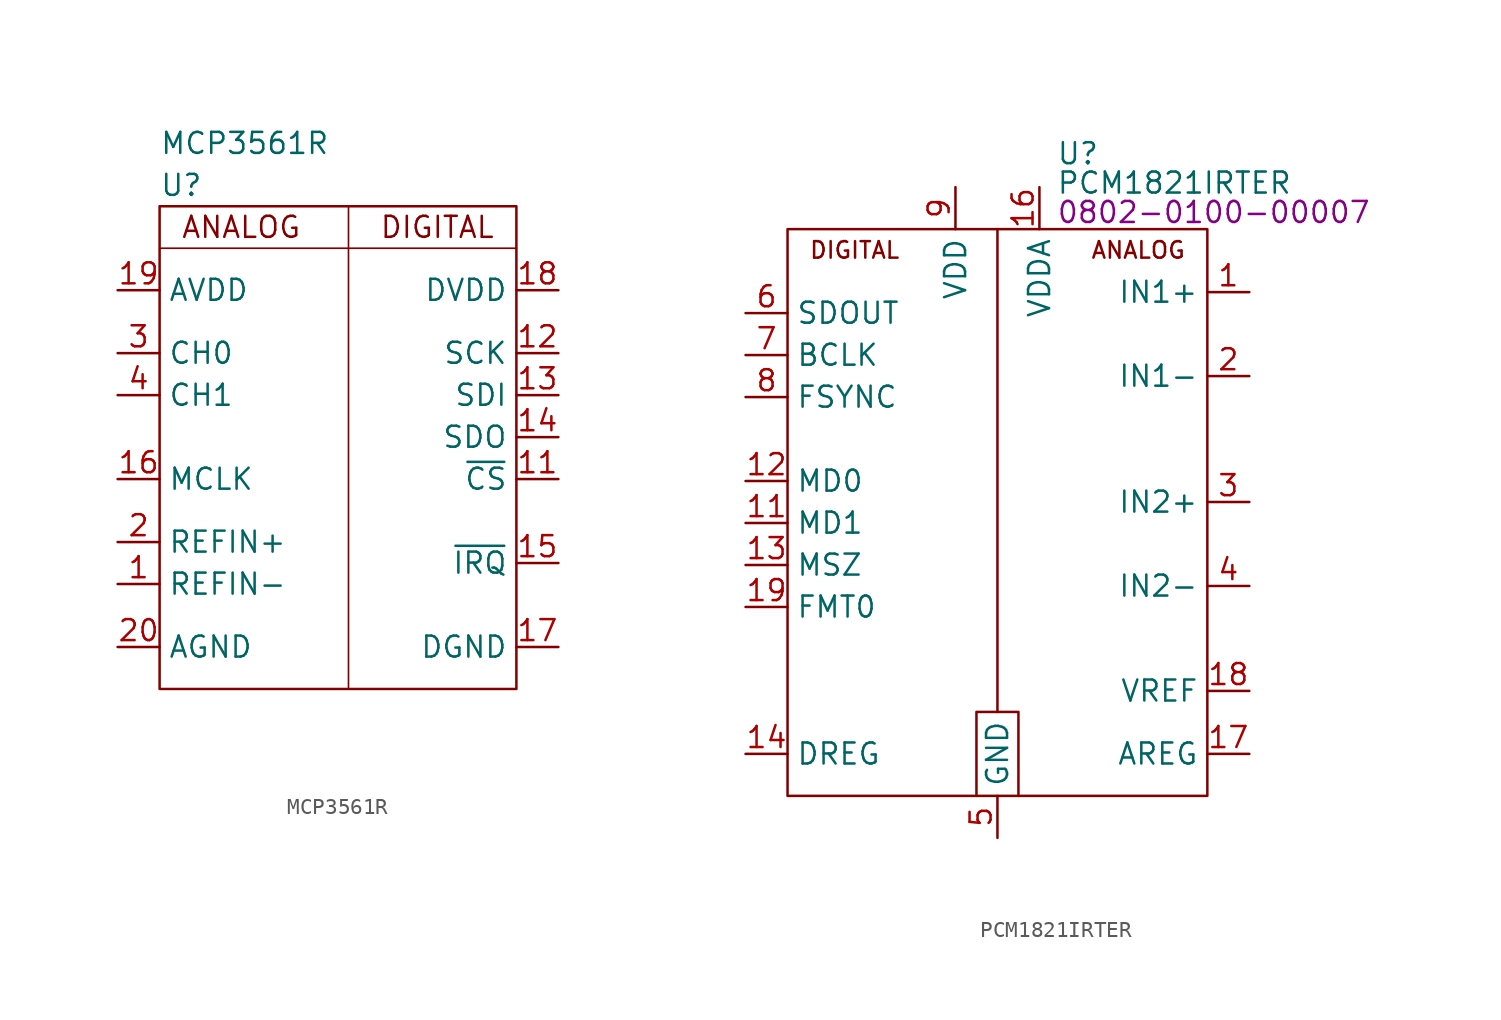
<source format=kicad_sym>
(kicad_symbol_lib
  (version 20231120)
  (generator "kicad_symbol_editor")
  (generator_version "8.0")
  (symbol "MCP3561R"
    (property "Reference" "U"
      (at 0 3.81 0)
      (effects (font (size 1.27 1.27)) (justify left)))
    (property "Value" "MCP3561R"
      (at 0 6.35 0)
      (effects (font (size 1.27 1.27)) (justify left)))
    (symbol "MCP3561R_0_0"
      (text "ANALOG" (at 1.27 1.27 0) (effects (font (size 1.27 1.27)) (justify left)))
      (text "DIGITAL" (at 20.32 1.27 0) (effects (font (size 1.27 1.27)) (justify right)))
      (pin input line (at -2.54 -20.32 0) (length 2.54) (name "REFIN-" (effects (font (size 1.27 1.27)))) (number "1" (effects (font (size 1.27 1.27)))))
      (pin no_connect line (at 11.43 -29.21 0) (length 2.54) hide (name "NC" (effects (font (size 1.27 1.27)))) (number "10" (effects (font (size 1.27 1.27)))))
      (pin input line (at 24.13 -13.97 180) (length 2.54) (name "~{CS}" (effects (font (size 1.27 1.27)))) (number "11" (effects (font (size 1.27 1.27)))))
      (pin input line (at 24.13 -6.35 180) (length 2.54) (name "SCK" (effects (font (size 1.27 1.27)))) (number "12" (effects (font (size 1.27 1.27)))))
      (pin input line (at 24.13 -8.89 180) (length 2.54) (name "SDI" (effects (font (size 1.27 1.27)))) (number "13" (effects (font (size 1.27 1.27)))))
      (pin output line (at 24.13 -11.43 180) (length 2.54) (name "SDO" (effects (font (size 1.27 1.27)))) (number "14" (effects (font (size 1.27 1.27)))))
      (pin output line (at 24.13 -19.05 180) (length 2.54) (name "~{IRQ}" (effects (font (size 1.27 1.27)))) (number "15" (effects (font (size 1.27 1.27)))) (alternate "MDAT" output line))
      (pin input line (at -2.54 -13.97 0) (length 2.54) (name "MCLK" (effects (font (size 1.27 1.27)))) (number "16" (effects (font (size 1.27 1.27)))) (alternate "ACLK-OUT" output line))
      (pin power_in line (at 24.13 -24.13 180) (length 2.54) (name "DGND" (effects (font (size 1.27 1.27)))) (number "17" (effects (font (size 1.27 1.27)))))
      (pin power_in line (at 24.13 -2.54 180) (length 2.54) (name "DVDD" (effects (font (size 1.27 1.27)))) (number "18" (effects (font (size 1.27 1.27)))))
      (pin power_in line (at -2.54 -2.54 0) (length 2.54) (name "AVDD" (effects (font (size 1.27 1.27)))) (number "19" (effects (font (size 1.27 1.27)))))
      (pin input line (at -2.54 -17.78 0) (length 2.54) (name "REFIN+" (effects (font (size 1.27 1.27)))) (number "2" (effects (font (size 1.27 1.27)))) (alternate "REFOUT" output line))
      (pin power_in line (at -2.54 -24.13 0) (length 2.54) (name "AGND" (effects (font (size 1.27 1.27)))) (number "20" (effects (font (size 1.27 1.27)))))
      (pin power_in line (at -2.54 -24.13 0) (length 2.54) hide (name "AGND" (effects (font (size 1.27 1.27)))) (number "21" (effects (font (size 1.27 1.27)))))
      (pin input line (at -2.54 -6.35 0) (length 2.54) (name "CH0" (effects (font (size 1.27 1.27)))) (number "3" (effects (font (size 1.27 1.27)))) (alternate "CH-" input line))
      (pin input line (at -2.54 -8.89 0) (length 2.54) (name "CH1" (effects (font (size 1.27 1.27)))) (number "4" (effects (font (size 1.27 1.27)))) (alternate "CH+" input line))
      (pin no_connect line (at 11.43 -29.21 0) (length 2.54) hide (name "NC" (effects (font (size 1.27 1.27)))) (number "5" (effects (font (size 1.27 1.27)))))
      (pin no_connect line (at 11.43 -29.21 0) (length 2.54) hide (name "NC" (effects (font (size 1.27 1.27)))) (number "6" (effects (font (size 1.27 1.27)))))
      (pin no_connect line (at 11.43 -29.21 0) (length 2.54) hide (name "NC" (effects (font (size 1.27 1.27)))) (number "7" (effects (font (size 1.27 1.27)))))
      (pin no_connect line (at 11.43 -29.21 0) (length 2.54) hide (name "NC" (effects (font (size 1.27 1.27)))) (number "8" (effects (font (size 1.27 1.27)))))
      (pin no_connect line (at 11.43 -29.21 0) (length 2.54) hide (name "NC" (effects (font (size 1.27 1.27)))) (number "9" (effects (font (size 1.27 1.27))))))
    (symbol "MCP3561R_0_1"
      (polyline (pts (xy 0 0) (xy 21.59 0)) (stroke (width 0.1) (type default)) (fill (type none)))
      (polyline (pts (xy 11.43 2.54) (xy 11.43 -26.67)) (stroke (width 0.1) (type default)) (fill (type none)))
      (rectangle (start 0 2.54) (end 21.59 -26.67) (stroke (width 0) (type default)) (fill (type none)))))
  (symbol "PCM1821IRTER"
    (property "Reference" "U"
      (at 16.256 4.572 0)
      (effects (font (size 1.27 1.27)) (justify left)))
    (property "Value" "PCM1821IRTER"
      (at 16.256 2.794 0)
      (effects (font (size 1.27 1.27)) (justify left)))
    (property "PartNumber" "0802-0100-00007"
      (at 16.256 1.016 0)
      (effects (font (size 1.27 1.27)) (justify left)))
    (symbol "PCM1821IRTER_0_0"
      (pin input line (at 27.94 -3.81 180) (length 2.54) (name "IN1+" (effects (font (size 1.27 1.27)))) (number "1" (effects (font (size 1.27 1.27)))))
      (pin power_in line (at 12.7 -36.83 90) (length 2.54) hide (name "GND" (effects (font (size 1.27 1.27)))) (number "10" (effects (font (size 1.27 1.27)))))
      (pin input line (at -2.54 -17.78 0) (length 2.54) (name "MD1" (effects (font (size 1.27 1.27)))) (number "11" (effects (font (size 1.27 1.27)))))
      (pin input line (at -2.54 -15.24 0) (length 2.54) (name "MD0" (effects (font (size 1.27 1.27)))) (number "12" (effects (font (size 1.27 1.27)))))
      (pin input line (at -2.54 -20.32 0) (length 2.54) (name "MSZ" (effects (font (size 1.27 1.27)))) (number "13" (effects (font (size 1.27 1.27)))))
      (pin power_out line (at -2.54 -31.75 0) (length 2.54) (name "DREG" (effects (font (size 1.27 1.27)))) (number "14" (effects (font (size 1.27 1.27)))))
      (pin power_in line (at 12.7 -36.83 90) (length 2.54) hide (name "GND" (effects (font (size 1.27 1.27)))) (number "15" (effects (font (size 1.27 1.27)))))
      (pin power_in line (at 15.24 2.54 270) (length 2.54) (name "VDDA" (effects (font (size 1.27 1.27)))) (number "16" (effects (font (size 1.27 1.27)))))
      (pin power_out line (at 27.94 -31.75 180) (length 2.54) (name "AREG" (effects (font (size 1.27 1.27)))) (number "17" (effects (font (size 1.27 1.27)))))
      (pin input line (at 27.94 -27.94 180) (length 2.54) (name "VREF" (effects (font (size 1.27 1.27)))) (number "18" (effects (font (size 1.27 1.27)))))
      (pin input line (at -2.54 -22.86 0) (length 2.54) (name "FMT0" (effects (font (size 1.27 1.27)))) (number "19" (effects (font (size 1.27 1.27)))))
      (pin input line (at 27.94 -8.89 180) (length 2.54) (name "IN1-" (effects (font (size 1.27 1.27)))) (number "2" (effects (font (size 1.27 1.27)))))
      (pin power_in line (at 12.7 -36.83 90) (length 2.54) hide (name "GND" (effects (font (size 1.27 1.27)))) (number "20" (effects (font (size 1.27 1.27)))))
      (pin power_in line (at 12.7 -36.83 90) (length 2.54) hide (name "GND" (effects (font (size 1.27 1.27)))) (number "21" (effects (font (size 1.27 1.27)))))
      (pin input line (at 27.94 -16.51 180) (length 2.54) (name "IN2+" (effects (font (size 1.27 1.27)))) (number "3" (effects (font (size 1.27 1.27)))))
      (pin input line (at 27.94 -21.59 180) (length 2.54) (name "IN2-" (effects (font (size 1.27 1.27)))) (number "4" (effects (font (size 1.27 1.27)))))
      (pin power_in line (at 12.7 -36.83 90) (length 2.54) (name "GND" (effects (font (size 1.27 1.27)))) (number "5" (effects (font (size 1.27 1.27)))))
      (pin output line (at -2.54 -5.08 0) (length 2.54) (name "SDOUT" (effects (font (size 1.27 1.27)))) (number "6" (effects (font (size 1.27 1.27)))))
      (pin bidirectional line (at -2.54 -7.62 0) (length 2.54) (name "BCLK" (effects (font (size 1.27 1.27)))) (number "7" (effects (font (size 1.27 1.27)))))
      (pin bidirectional line (at -2.54 -10.16 0) (length 2.54) (name "FSYNC" (effects (font (size 1.27 1.27)))) (number "8" (effects (font (size 1.27 1.27)))))
      (pin power_in line (at 10.16 2.54 270) (length 2.54) (name "VDD" (effects (font (size 1.27 1.27)))) (number "9" (effects (font (size 1.27 1.27))))))
    (symbol "PCM1821IRTER_0_1"
      (polyline (pts (xy 12.7 -29.21) (xy 11.43 -29.21) (xy 11.43 -34.29)) (stroke (width 0) (type default)) (fill (type none)))
      (polyline (pts (xy 12.7 0) (xy 12.7 -29.21) (xy 13.97 -29.21) (xy 13.97 -34.29)) (stroke (width 0) (type default)) (fill (type none)))
      (rectangle (start 0 0) (end 25.4 -34.29) (stroke (width 0) (type default)) (fill (type none)))
      (text "ANALOG" (at 24.13 -1.27 0) (effects (font (size 1 1)) (justify right)))
      (text "DIGITAL" (at 1.27 -1.27 0) (effects (font (size 1 1)) (justify left))))))
</source>
